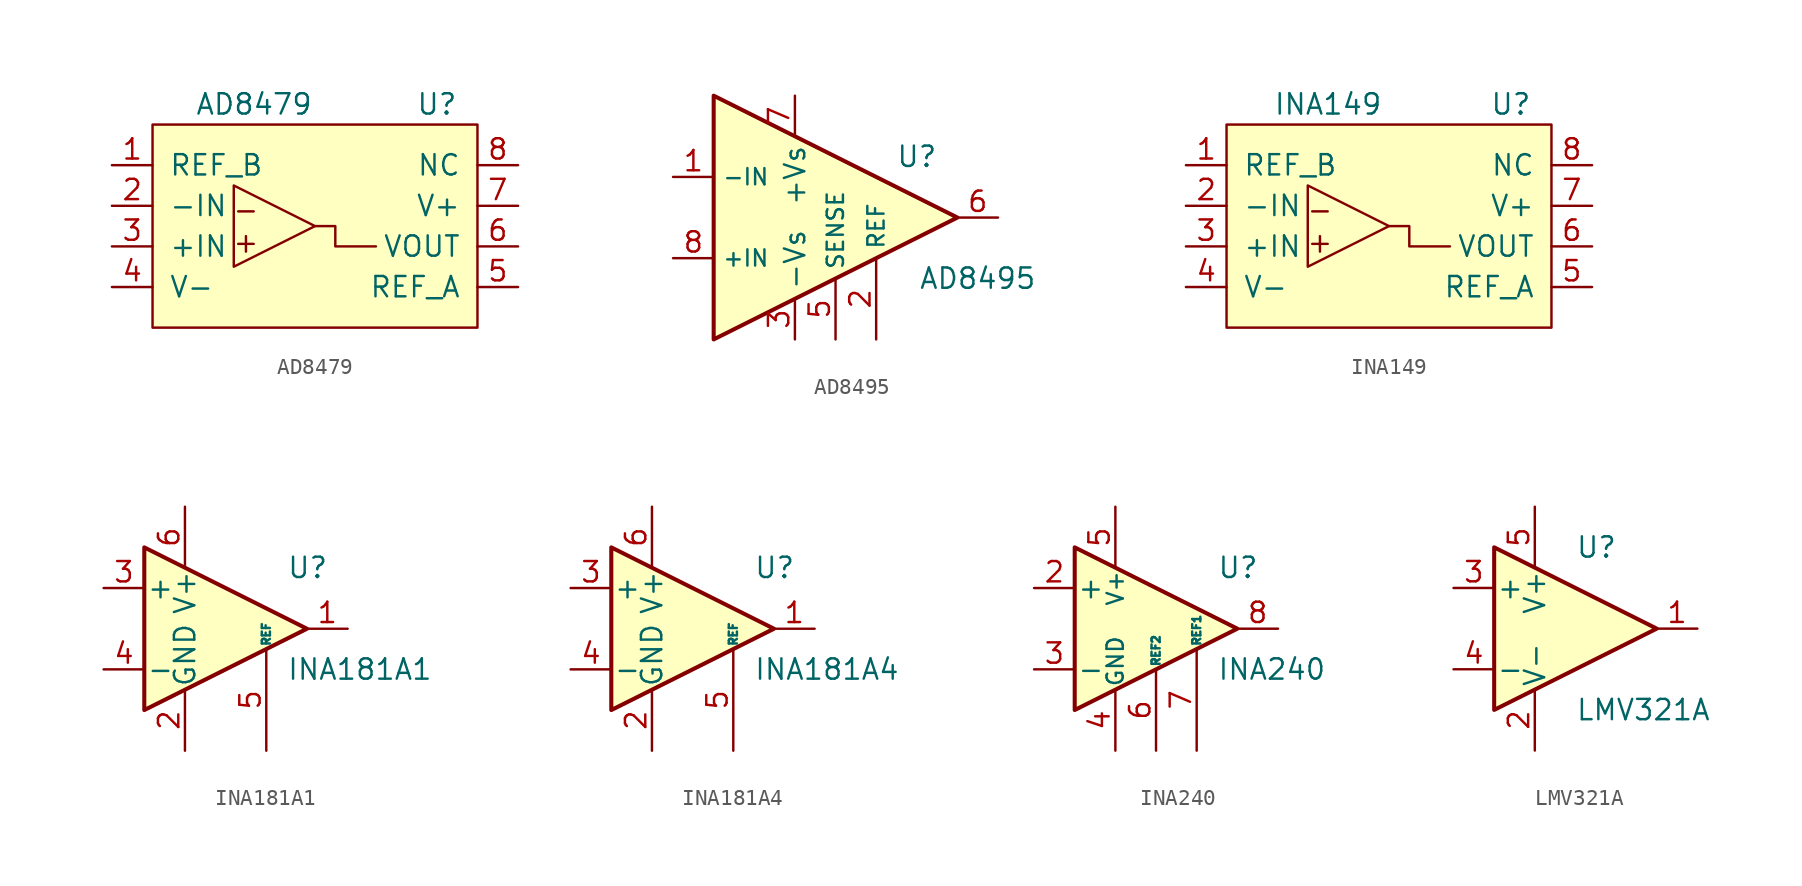
<source format=kicad_sym>
(kicad_symbol_lib
  (version 20231120)
  (generator "kicad_symbol_editor")
  (generator_version "8.0")
  (symbol "AD8479"
    (pin_names
      (offset 1.016))
    (property "Reference" "U"
      (at 7.62 7.62 0)
      (effects (font (size 1.27 1.27))))
    (property "Value" "AD8479"
      (at -3.81 7.62 0)
      (effects (font (size 1.27 1.27))))
    (symbol "AD8479_0_0"
      (polyline (pts (xy 0 0) (xy 1.27 0) (xy 1.27 -1.27) (xy 3.81 -1.27)) (stroke (width 0) (type default)) (fill (type none)))
      (text "+" (at -4.318 -1.016 0) (effects (font (size 1.27 1.27))))
      (text "-" (at -4.318 1.016 0) (effects (font (size 1.27 1.27))))
      (pin unspecified line (at -12.7 3.81 0) (length 2.54) (name "REF_B" (effects (font (size 1.27 1.27)))) (number "1" (effects (font (size 1.27 1.27)))))
      (pin unspecified line (at -12.7 1.27 0) (length 2.54) (name "-IN" (effects (font (size 1.27 1.27)))) (number "2" (effects (font (size 1.27 1.27)))))
      (pin unspecified line (at -12.7 -1.27 0) (length 2.54) (name "+IN" (effects (font (size 1.27 1.27)))) (number "3" (effects (font (size 1.27 1.27)))))
      (pin unspecified line (at -12.7 -3.81 0) (length 2.54) (name "V-" (effects (font (size 1.27 1.27)))) (number "4" (effects (font (size 1.27 1.27)))))
      (pin unspecified line (at 12.7 -3.81 180) (length 2.54) (name "REF_A" (effects (font (size 1.27 1.27)))) (number "5" (effects (font (size 1.27 1.27)))))
      (pin unspecified line (at 12.7 -1.27 180) (length 2.54) (name "VOUT" (effects (font (size 1.27 1.27)))) (number "6" (effects (font (size 1.27 1.27)))))
      (pin unspecified line (at 12.7 1.27 180) (length 2.54) (name "V+" (effects (font (size 1.27 1.27)))) (number "7" (effects (font (size 1.27 1.27)))))
      (pin unspecified line (at 12.7 3.81 180) (length 2.54) (name "NC" (effects (font (size 1.27 1.27)))) (number "8" (effects (font (size 1.27 1.27))))))
    (symbol "AD8479_0_1"
      (rectangle (start -10.16 6.35) (end 10.16 -6.35) (stroke (width 0) (type default)) (fill (type background)))
      (polyline (pts (xy -5.08 2.54) (xy -5.08 -2.54) (xy 0 0) (xy -5.08 2.54)) (stroke (width 0) (type default)) (fill (type background)))))
  (symbol "AD8495"
    (property "Reference" "U"
      (at 5.08 3.81 0)
      (effects (font (size 1.27 1.27))))
    (property "Value" "AD8495"
      (at 8.89 -3.81 0)
      (effects (font (size 1.27 1.27))))
    (symbol "AD8495_0_1"
      (polyline (pts (xy -7.62 7.62) (xy 7.62 0) (xy -7.62 -7.62) (xy -7.62 7.62)) (stroke (width 0.254) (type default)) (fill (type background))))
    (symbol "AD8495_1_1"
      (pin input line (at -10.16 2.54 0) (length 2.54) (name "-IN" (effects (font (size 1.016 1.016)))) (number "1" (effects (font (size 1.27 1.27)))))
      (pin input line (at 2.54 -7.62 90) (length 5.08) (name "REF" (effects (font (size 1.016 1.016)))) (number "2" (effects (font (size 1.27 1.27)))))
      (pin power_in line (at -2.54 -7.62 90) (length 2.54) (name "-Vs" (effects (font (size 1.27 1.27)))) (number "3" (effects (font (size 1.27 1.27)))))
      (pin no_connect line (at -5.08 0 180) (length 2.54) hide (name "NC" (effects (font (size 1.27 1.27)))) (number "4" (effects (font (size 1.27 1.27)))))
      (pin passive line (at 0 -7.62 90) (length 3.81) (name "SENSE" (effects (font (size 1.016 1.016)))) (number "5" (effects (font (size 1.27 1.27)))))
      (pin output line (at 10.16 0 180) (length 2.54) (name "~" (effects (font (size 1.27 1.27)))) (number "6" (effects (font (size 1.27 1.27)))))
      (pin power_in line (at -2.54 7.62 270) (length 2.54) (name "+Vs" (effects (font (size 1.27 1.27)))) (number "7" (effects (font (size 1.27 1.27)))))
      (pin input line (at -10.16 -2.54 0) (length 2.54) (name "+IN" (effects (font (size 1.016 1.016)))) (number "8" (effects (font (size 1.27 1.27)))))))
  (symbol "INA149"
    (pin_names
      (offset 1.016))
    (property "Reference" "U"
      (at 7.62 7.62 0)
      (effects (font (size 1.27 1.27))))
    (property "Value" "INA149"
      (at -3.81 7.62 0)
      (effects (font (size 1.27 1.27))))
    (symbol "INA149_0_0"
      (polyline (pts (xy 0 0) (xy 1.27 0) (xy 1.27 -1.27) (xy 3.81 -1.27)) (stroke (width 0) (type default)) (fill (type none)))
      (text "+" (at -4.318 -1.016 0) (effects (font (size 1.27 1.27))))
      (text "-" (at -4.318 1.016 0) (effects (font (size 1.27 1.27))))
      (pin unspecified line (at -12.7 3.81 0) (length 2.54) (name "REF_B" (effects (font (size 1.27 1.27)))) (number "1" (effects (font (size 1.27 1.27)))))
      (pin unspecified line (at -12.7 1.27 0) (length 2.54) (name "-IN" (effects (font (size 1.27 1.27)))) (number "2" (effects (font (size 1.27 1.27)))))
      (pin unspecified line (at -12.7 -1.27 0) (length 2.54) (name "+IN" (effects (font (size 1.27 1.27)))) (number "3" (effects (font (size 1.27 1.27)))))
      (pin unspecified line (at -12.7 -3.81 0) (length 2.54) (name "V-" (effects (font (size 1.27 1.27)))) (number "4" (effects (font (size 1.27 1.27)))))
      (pin unspecified line (at 12.7 -3.81 180) (length 2.54) (name "REF_A" (effects (font (size 1.27 1.27)))) (number "5" (effects (font (size 1.27 1.27)))))
      (pin unspecified line (at 12.7 -1.27 180) (length 2.54) (name "VOUT" (effects (font (size 1.27 1.27)))) (number "6" (effects (font (size 1.27 1.27)))))
      (pin unspecified line (at 12.7 1.27 180) (length 2.54) (name "V+" (effects (font (size 1.27 1.27)))) (number "7" (effects (font (size 1.27 1.27)))))
      (pin unspecified line (at 12.7 3.81 180) (length 2.54) (name "NC" (effects (font (size 1.27 1.27)))) (number "8" (effects (font (size 1.27 1.27))))))
    (symbol "INA149_0_1"
      (rectangle (start -10.16 6.35) (end 10.16 -6.35) (stroke (width 0) (type default)) (fill (type background)))
      (polyline (pts (xy -5.08 2.54) (xy -5.08 -2.54) (xy 0 0) (xy -5.08 2.54)) (stroke (width 0) (type default)) (fill (type background)))))
  (symbol "INA181A1"
    (pin_names
      (offset 0.127))
    (property "Reference" "U"
      (at 3.81 3.81 0)
      (effects (font (size 1.27 1.27)) (justify left)))
    (property "Value" "INA181A1"
      (at 3.81 -2.54 0)
      (effects (font (size 1.27 1.27)) (justify left)))
    (symbol "INA181A1_0_1"
      (polyline (pts (xy 5.08 0) (xy -5.08 5.08) (xy -5.08 -5.08) (xy 5.08 0)) (stroke (width 0.254) (type default)) (fill (type background))))
    (symbol "INA181A1_1_1"
      (pin output line (at 7.62 0 180) (length 2.54) (name "~" (effects (font (size 1.27 1.27)))) (number "1" (effects (font (size 1.27 1.27)))))
      (pin power_in line (at -2.54 -7.62 90) (length 3.81) (name "GND" (effects (font (size 1.27 1.27)))) (number "2" (effects (font (size 1.27 1.27)))))
      (pin input line (at -7.62 2.54 0) (length 2.54) (name "+" (effects (font (size 1.27 1.27)))) (number "3" (effects (font (size 1.27 1.27)))))
      (pin input line (at -7.62 -2.54 0) (length 2.54) (name "-" (effects (font (size 1.27 1.27)))) (number "4" (effects (font (size 1.27 1.27)))))
      (pin input line (at 2.54 -7.62 90) (length 6.35) (name "REF" (effects (font (size 0.508 0.508)))) (number "5" (effects (font (size 1.27 1.27)))))
      (pin power_in line (at -2.54 7.62 270) (length 3.81) (name "V+" (effects (font (size 1.27 1.27)))) (number "6" (effects (font (size 1.27 1.27)))))))
  (symbol "INA181A4"
    (pin_names
      (offset 0.127))
    (property "Reference" "U"
      (at 3.81 3.81 0)
      (effects (font (size 1.27 1.27)) (justify left)))
    (property "Value" "INA181A4"
      (at 3.81 -2.54 0)
      (effects (font (size 1.27 1.27)) (justify left)))
    (symbol "INA181A4_0_1"
      (polyline (pts (xy 5.08 0) (xy -5.08 5.08) (xy -5.08 -5.08) (xy 5.08 0)) (stroke (width 0.254) (type default)) (fill (type background))))
    (symbol "INA181A4_1_1"
      (pin output line (at 7.62 0 180) (length 2.54) (name "~" (effects (font (size 1.27 1.27)))) (number "1" (effects (font (size 1.27 1.27)))))
      (pin power_in line (at -2.54 -7.62 90) (length 3.81) (name "GND" (effects (font (size 1.27 1.27)))) (number "2" (effects (font (size 1.27 1.27)))))
      (pin input line (at -7.62 2.54 0) (length 2.54) (name "+" (effects (font (size 1.27 1.27)))) (number "3" (effects (font (size 1.27 1.27)))))
      (pin input line (at -7.62 -2.54 0) (length 2.54) (name "-" (effects (font (size 1.27 1.27)))) (number "4" (effects (font (size 1.27 1.27)))))
      (pin input line (at 2.54 -7.62 90) (length 6.35) (name "REF" (effects (font (size 0.508 0.508)))) (number "5" (effects (font (size 1.27 1.27)))))
      (pin power_in line (at -2.54 7.62 270) (length 3.81) (name "V+" (effects (font (size 1.27 1.27)))) (number "6" (effects (font (size 1.27 1.27)))))))
  (symbol "INA240"
    (pin_names
      (offset 0.127))
    (property "Reference" "U"
      (at 3.81 3.81 0)
      (effects (font (size 1.27 1.27)) (justify left)))
    (property "Value" "INA240"
      (at 3.81 -2.54 0)
      (effects (font (size 1.27 1.27)) (justify left)))
    (symbol "INA240_0_1"
      (polyline (pts (xy 5.08 0) (xy -5.08 5.08) (xy -5.08 -5.08) (xy 5.08 0)) (stroke (width 0.254) (type default)) (fill (type background))))
    (symbol "INA240_1_1"
      (pin passive line (at -2.54 -7.62 90) (length 3.81) hide (name "GND" (effects (font (size 1.016 1.016)))) (number "1" (effects (font (size 1.27 1.27)))))
      (pin input line (at -7.62 2.54 0) (length 2.54) (name "+" (effects (font (size 1.27 1.27)))) (number "2" (effects (font (size 1.27 1.27)))))
      (pin input line (at -7.62 -2.54 0) (length 2.54) (name "-" (effects (font (size 1.27 1.27)))) (number "3" (effects (font (size 1.27 1.27)))))
      (pin power_in line (at -2.54 -7.62 90) (length 3.81) (name "GND" (effects (font (size 1.016 1.016)))) (number "4" (effects (font (size 1.27 1.27)))))
      (pin power_in line (at -2.54 7.62 270) (length 3.81) (name "V+" (effects (font (size 1.016 1.016)))) (number "5" (effects (font (size 1.27 1.27)))))
      (pin passive line (at 0 -7.62 90) (length 5.08) (name "REF2" (effects (font (size 0.508 0.508)))) (number "6" (effects (font (size 1.27 1.27)))))
      (pin passive line (at 2.54 -7.62 90) (length 6.35) (name "REF1" (effects (font (size 0.508 0.508)))) (number "7" (effects (font (size 1.27 1.27)))))
      (pin output line (at 7.62 0 180) (length 2.54) (name "~" (effects (font (size 1.27 1.27)))) (number "8" (effects (font (size 1.27 1.27)))))))
  (symbol "LMV321A"
    (pin_names
      (offset 0.127))
    (property "Reference" "U"
      (at 0 5.08 0)
      (effects (font (size 1.27 1.27)) (justify left)))
    (property "Value" "LMV321A"
      (at 0 -5.08 0)
      (effects (font (size 1.27 1.27)) (justify left)))
    (symbol "LMV321A_0_1"
      (polyline (pts (xy -5.08 5.08) (xy 5.08 0) (xy -5.08 -5.08) (xy -5.08 5.08)) (stroke (width 0.254) (type default)) (fill (type background)))
      (pin power_in line (at -2.54 -7.62 90) (length 3.81) (name "V-" (effects (font (size 1.27 1.27)))) (number "2" (effects (font (size 1.27 1.27)))))
      (pin power_in line (at -2.54 7.62 270) (length 3.81) (name "V+" (effects (font (size 1.27 1.27)))) (number "5" (effects (font (size 1.27 1.27))))))
    (symbol "LMV321A_1_1"
      (pin output line (at 7.62 0 180) (length 2.54) (name "~" (effects (font (size 1.27 1.27)))) (number "1" (effects (font (size 1.27 1.27)))))
      (pin input line (at -7.62 2.54 0) (length 2.54) (name "+" (effects (font (size 1.27 1.27)))) (number "3" (effects (font (size 1.27 1.27)))))
      (pin input line (at -7.62 -2.54 0) (length 2.54) (name "-" (effects (font (size 1.27 1.27)))) (number "4" (effects (font (size 1.27 1.27))))))))
</source>
